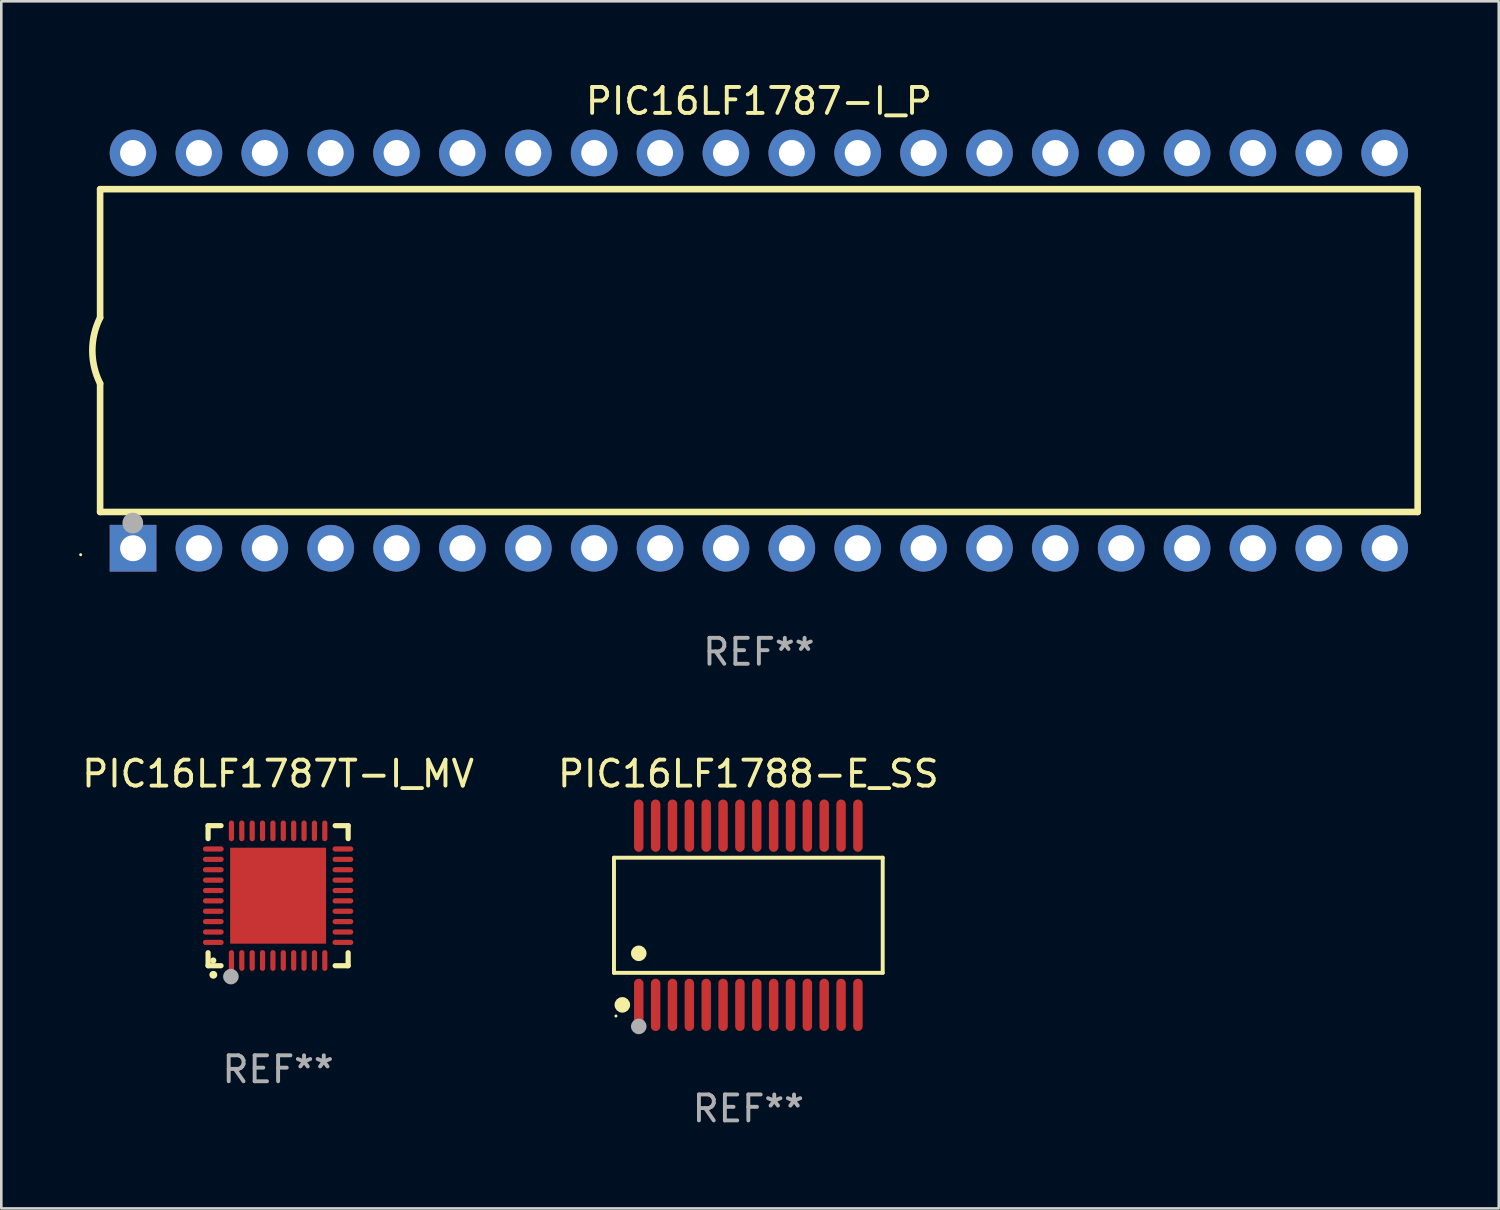
<source format=kicad_pcb>
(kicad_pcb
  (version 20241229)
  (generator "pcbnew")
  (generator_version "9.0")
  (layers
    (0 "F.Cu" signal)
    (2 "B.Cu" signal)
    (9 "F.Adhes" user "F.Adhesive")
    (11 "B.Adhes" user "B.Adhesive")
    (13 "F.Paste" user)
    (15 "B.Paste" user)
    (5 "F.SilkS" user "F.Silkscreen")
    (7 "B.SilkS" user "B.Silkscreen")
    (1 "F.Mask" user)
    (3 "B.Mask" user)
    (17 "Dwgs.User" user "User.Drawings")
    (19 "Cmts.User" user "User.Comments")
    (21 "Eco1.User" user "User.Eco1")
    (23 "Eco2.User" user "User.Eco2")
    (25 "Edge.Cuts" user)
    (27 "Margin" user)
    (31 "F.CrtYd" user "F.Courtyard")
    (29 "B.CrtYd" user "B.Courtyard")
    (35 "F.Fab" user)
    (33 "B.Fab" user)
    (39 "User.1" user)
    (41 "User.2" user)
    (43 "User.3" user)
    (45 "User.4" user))
  (footprint "PIC16LF1787T-I_MV"
    (layer "F.Cu")
    (at 7.673 31.485)
    (property "Reference" "PIC16LF1787T-I_MV" (at 0 -4.7 0) (layer "F.SilkS") (effects (font (size 1 1) (thickness 0.15))))
    (attr through_hole)
    (fp_line (start -2.7 -2.7) (end -2.7 -2.2) (stroke (width 0.2) (type solid)) (layer "F.SilkS"))
    (fp_line (start -2.7 2.7) (end -2.7 2.2) (stroke (width 0.2) (type solid)) (layer "F.SilkS"))
    (fp_line (start -2.2 -2.7) (end -2.7 -2.7) (stroke (width 0.2) (type solid)) (layer "F.SilkS"))
    (fp_line (start -2.2 2.7) (end -2.7 2.7) (stroke (width 0.2) (type solid)) (layer "F.SilkS"))
    (fp_line (start 2.7 -2.7) (end 2.2 -2.7) (stroke (width 0.2) (type solid)) (layer "F.SilkS"))
    (fp_line (start 2.7 -2.2) (end 2.7 -2.7) (stroke (width 0.2) (type solid)) (layer "F.SilkS"))
    (fp_line (start 2.7 2.2) (end 2.7 2.7) (stroke (width 0.2) (type solid)) (layer "F.SilkS"))
    (fp_line (start 2.7 2.7) (end 2.2 2.7) (stroke (width 0.2) (type solid)) (layer "F.SilkS"))
    (fp_arc (start -2.499365 3.050546) (mid -2.498095 3.050541) (end -2.496825 3.050546) (stroke (width 0.3) (type solid)) (layer "F.SilkS"))
    (fp_circle (center -2.5 2.5) (end -2.44 2.5) (stroke (width 0.12) (type solid)) (fill no) (layer "F.SilkS"))
    (fp_circle (center -1.82 3.12) (end -1.67 3.12) (stroke (width 0.3) (type solid)) (fill no) (layer "F.Fab"))
    (fp_text user "REF**" (at 0 6.7 0) (layer "F.Fab") (effects (font (size 1 1) (thickness 0.15))))
    (pad "1" smd oval (at -1.8 2.499) (size 0.2 0.8) (layers "F.Cu" "F.Mask" "F.Paste"))
    (pad "2" smd oval (at -1.4 2.499) (size 0.2 0.8) (layers "F.Cu" "F.Mask" "F.Paste"))
    (pad "3" smd oval (at -1 2.499) (size 0.2 0.8) (layers "F.Cu" "F.Mask" "F.Paste"))
    (pad "4" smd oval (at -0.6 2.499) (size 0.2 0.8) (layers "F.Cu" "F.Mask" "F.Paste"))
    (pad "5" smd oval (at -0.2 2.499) (size 0.2 0.8) (layers "F.Cu" "F.Mask" "F.Paste"))
    (pad "6" smd oval (at 0.2 2.499) (size 0.2 0.8) (layers "F.Cu" "F.Mask" "F.Paste"))
    (pad "7" smd oval (at 0.6 2.499) (size 0.2 0.8) (layers "F.Cu" "F.Mask" "F.Paste"))
    (pad "8" smd oval (at 1 2.499) (size 0.2 0.8) (layers "F.Cu" "F.Mask" "F.Paste"))
    (pad "9" smd oval (at 1.4 2.499) (size 0.2 0.8) (layers "F.Cu" "F.Mask" "F.Paste"))
    (pad "10" smd oval (at 1.8 2.499) (size 0.2 0.8) (layers "F.Cu" "F.Mask" "F.Paste"))
    (pad "11" smd oval (at 2.499 1.8) (size 0.8 0.2) (layers "F.Cu" "F.Mask" "F.Paste"))
    (pad "12" smd oval (at 2.499 1.4) (size 0.8 0.2) (layers "F.Cu" "F.Mask" "F.Paste"))
    (pad "13" smd oval (at 2.499 1) (size 0.8 0.2) (layers "F.Cu" "F.Mask" "F.Paste"))
    (pad "14" smd oval (at 2.499 0.6) (size 0.8 0.2) (layers "F.Cu" "F.Mask" "F.Paste"))
    (pad "15" smd oval (at 2.499 0.2) (size 0.8 0.2) (layers "F.Cu" "F.Mask" "F.Paste"))
    (pad "16" smd oval (at 2.499 -0.2) (size 0.8 0.2) (layers "F.Cu" "F.Mask" "F.Paste"))
    (pad "17" smd oval (at 2.499 -0.6) (size 0.8 0.2) (layers "F.Cu" "F.Mask" "F.Paste"))
    (pad "18" smd oval (at 2.499 -1) (size 0.8 0.2) (layers "F.Cu" "F.Mask" "F.Paste"))
    (pad "19" smd oval (at 2.499 -1.4) (size 0.8 0.2) (layers "F.Cu" "F.Mask" "F.Paste"))
    (pad "20" smd oval (at 2.499 -1.8) (size 0.8 0.2) (layers "F.Cu" "F.Mask" "F.Paste"))
    (pad "21" smd oval (at 1.8 -2.499) (size 0.2 0.8) (layers "F.Cu" "F.Mask" "F.Paste"))
    (pad "22" smd oval (at 1.4 -2.499) (size 0.2 0.8) (layers "F.Cu" "F.Mask" "F.Paste"))
    (pad "23" smd oval (at 1 -2.499) (size 0.2 0.8) (layers "F.Cu" "F.Mask" "F.Paste"))
    (pad "24" smd oval (at 0.6 -2.499) (size 0.2 0.8) (layers "F.Cu" "F.Mask" "F.Paste"))
    (pad "25" smd oval (at 0.2 -2.499) (size 0.2 0.8) (layers "F.Cu" "F.Mask" "F.Paste"))
    (pad "26" smd oval (at -0.2 -2.499) (size 0.2 0.8) (layers "F.Cu" "F.Mask" "F.Paste"))
    (pad "27" smd oval (at -0.6 -2.499) (size 0.2 0.8) (layers "F.Cu" "F.Mask" "F.Paste"))
    (pad "28" smd oval (at -1 -2.499) (size 0.2 0.8) (layers "F.Cu" "F.Mask" "F.Paste"))
    (pad "29" smd oval (at -1.4 -2.499) (size 0.2 0.8) (layers "F.Cu" "F.Mask" "F.Paste"))
    (pad "30" smd oval (at -1.8 -2.499) (size 0.2 0.8) (layers "F.Cu" "F.Mask" "F.Paste"))
    (pad "31" smd oval (at -2.499 -1.8) (size 0.8 0.2) (layers "F.Cu" "F.Mask" "F.Paste"))
    (pad "32" smd oval (at -2.499 -1.4) (size 0.8 0.2) (layers "F.Cu" "F.Mask" "F.Paste"))
    (pad "33" smd oval (at -2.499 -1) (size 0.8 0.2) (layers "F.Cu" "F.Mask" "F.Paste"))
    (pad "34" smd oval (at -2.499 -0.6) (size 0.8 0.2) (layers "F.Cu" "F.Mask" "F.Paste"))
    (pad "35" smd oval (at -2.499 -0.2) (size 0.8 0.2) (layers "F.Cu" "F.Mask" "F.Paste"))
    (pad "36" smd oval (at -2.499 0.2) (size 0.8 0.2) (layers "F.Cu" "F.Mask" "F.Paste"))
    (pad "37" smd oval (at -2.499 0.6) (size 0.8 0.2) (layers "F.Cu" "F.Mask" "F.Paste"))
    (pad "38" smd oval (at -2.499 1) (size 0.8 0.2) (layers "F.Cu" "F.Mask" "F.Paste"))
    (pad "39" smd oval (at -2.499 1.4) (size 0.8 0.2) (layers "F.Cu" "F.Mask" "F.Paste"))
    (pad "40" smd oval (at -2.499 1.8) (size 0.8 0.2) (layers "F.Cu" "F.Mask" "F.Paste"))
    (pad "41" smd rect (at 0 0) (size 3.7 3.7) (layers "F.Cu" "F.Mask" "F.Paste")))
  (footprint "PIC16LF1787-I_P"
    (layer "F.Cu")
    (at 26.21 10.468)
    (property "Reference" "PIC16LF1787-I_P" (at 0 -9.62 0) (layer "F.SilkS") (effects (font (size 1 1) (thickness 0.15))))
    (attr through_hole)
    (fp_line (start -25.4 -6.224) (end -25.4 -1.271) (stroke (width 0.254) (type solid)) (layer "F.SilkS"))
    (fp_line (start -25.4 -6.224) (end 25.4 -6.224) (stroke (width 0.254) (type solid)) (layer "F.SilkS"))
    (fp_line (start -25.4 1.269) (end -25.4 6.222) (stroke (width 0.254) (type solid)) (layer "F.SilkS"))
    (fp_line (start -25.4 6.222) (end 25.4 6.222) (stroke (width 0.254) (type solid)) (layer "F.SilkS"))
    (fp_line (start 25.4 6.222) (end 25.4 -6.224) (stroke (width 0.254) (type solid)) (layer "F.SilkS"))
    (fp_arc (start -25.4 1.269241) (mid -25.699807 -0.000762) (end -25.4 -1.270765) (stroke (width 0.254001) (type solid)) (layer "F.SilkS"))
    (fp_circle (center -26.15 7.87) (end -26.12 7.87) (stroke (width 0.06) (type solid)) (fill no) (layer "F.SilkS"))
    (fp_circle (center -24.14 6.65) (end -23.94 6.65) (stroke (width 0.4) (type solid)) (fill no) (layer "F.Fab"))
    (fp_text user "REF**" (at 0 11.62 0) (layer "F.Fab") (effects (font (size 1 1) (thickness 0.15))))
    (pad "1" thru_hole rect (at -24.13 7.62 90) (size 1.8 1.8) (drill 1) (layers "*.Cu" "*.Mask"))
    (pad "2" thru_hole circle (at -21.59 7.62) (size 1.8 1.8) (drill 1) (layers "*.Cu" "*.Mask"))
    (pad "3" thru_hole circle (at -19.05 7.62) (size 1.8 1.8) (drill 1) (layers "*.Cu" "*.Mask"))
    (pad "4" thru_hole circle (at -16.51 7.62) (size 1.8 1.8) (drill 1) (layers "*.Cu" "*.Mask"))
    (pad "5" thru_hole circle (at -13.97 7.62) (size 1.8 1.8) (drill 1) (layers "*.Cu" "*.Mask"))
    (pad "6" thru_hole circle (at -11.43 7.62) (size 1.8 1.8) (drill 1) (layers "*.Cu" "*.Mask"))
    (pad "7" thru_hole circle (at -8.89 7.62) (size 1.8 1.8) (drill 1) (layers "*.Cu" "*.Mask"))
    (pad "8" thru_hole circle (at -6.35 7.62) (size 1.8 1.8) (drill 1) (layers "*.Cu" "*.Mask"))
    (pad "9" thru_hole circle (at -3.81 7.62) (size 1.8 1.8) (drill 1) (layers "*.Cu" "*.Mask"))
    (pad "10" thru_hole circle (at -1.27 7.62) (size 1.8 1.8) (drill 1) (layers "*.Cu" "*.Mask"))
    (pad "11" thru_hole circle (at 1.27 7.62) (size 1.8 1.8) (drill 1) (layers "*.Cu" "*.Mask"))
    (pad "12" thru_hole circle (at 3.81 7.62) (size 1.8 1.8) (drill 1) (layers "*.Cu" "*.Mask"))
    (pad "13" thru_hole circle (at 6.35 7.62) (size 1.8 1.8) (drill 1) (layers "*.Cu" "*.Mask"))
    (pad "14" thru_hole circle (at 8.89 7.62) (size 1.8 1.8) (drill 1) (layers "*.Cu" "*.Mask"))
    (pad "15" thru_hole circle (at 11.43 7.62) (size 1.8 1.8) (drill 1) (layers "*.Cu" "*.Mask"))
    (pad "16" thru_hole circle (at 13.97 7.62) (size 1.8 1.8) (drill 1) (layers "*.Cu" "*.Mask"))
    (pad "17" thru_hole circle (at 16.51 7.62) (size 1.8 1.8) (drill 1) (layers "*.Cu" "*.Mask"))
    (pad "18" thru_hole circle (at 19.05 7.62) (size 1.8 1.8) (drill 1) (layers "*.Cu" "*.Mask"))
    (pad "19" thru_hole circle (at 21.59 7.62) (size 1.8 1.8) (drill 1) (layers "*.Cu" "*.Mask"))
    (pad "20" thru_hole circle (at 24.13 7.62) (size 1.8 1.8) (drill 1) (layers "*.Cu" "*.Mask"))
    (pad "21" thru_hole circle (at 24.13 -7.62) (size 1.8 1.8) (drill 1) (layers "*.Cu" "*.Mask"))
    (pad "22" thru_hole circle (at 21.59 -7.62) (size 1.8 1.8) (drill 1) (layers "*.Cu" "*.Mask"))
    (pad "23" thru_hole circle (at 19.05 -7.62) (size 1.8 1.8) (drill 1) (layers "*.Cu" "*.Mask"))
    (pad "24" thru_hole circle (at 16.51 -7.62) (size 1.8 1.8) (drill 1) (layers "*.Cu" "*.Mask"))
    (pad "25" thru_hole circle (at 13.97 -7.62) (size 1.8 1.8) (drill 1) (layers "*.Cu" "*.Mask"))
    (pad "26" thru_hole circle (at 11.43 -7.62) (size 1.8 1.8) (drill 1) (layers "*.Cu" "*.Mask"))
    (pad "27" thru_hole circle (at 8.89 -7.62) (size 1.8 1.8) (drill 1) (layers "*.Cu" "*.Mask"))
    (pad "28" thru_hole circle (at 6.35 -7.62) (size 1.8 1.8) (drill 1) (layers "*.Cu" "*.Mask"))
    (pad "29" thru_hole circle (at 3.81 -7.62) (size 1.8 1.8) (drill 1) (layers "*.Cu" "*.Mask"))
    (pad "30" thru_hole circle (at 1.27 -7.62) (size 1.8 1.8) (drill 1) (layers "*.Cu" "*.Mask"))
    (pad "31" thru_hole circle (at -1.27 -7.62) (size 1.8 1.8) (drill 1) (layers "*.Cu" "*.Mask"))
    (pad "32" thru_hole circle (at -3.81 -7.62) (size 1.8 1.8) (drill 1) (layers "*.Cu" "*.Mask"))
    (pad "33" thru_hole circle (at -6.35 -7.62) (size 1.8 1.8) (drill 1) (layers "*.Cu" "*.Mask"))
    (pad "34" thru_hole circle (at -8.89 -7.62) (size 1.8 1.8) (drill 1) (layers "*.Cu" "*.Mask"))
    (pad "35" thru_hole circle (at -11.43 -7.62) (size 1.8 1.8) (drill 1) (layers "*.Cu" "*.Mask"))
    (pad "36" thru_hole circle (at -13.97 -7.62) (size 1.8 1.8) (drill 1) (layers "*.Cu" "*.Mask"))
    (pad "37" thru_hole circle (at -16.51 -7.62) (size 1.8 1.8) (drill 1) (layers "*.Cu" "*.Mask"))
    (pad "38" thru_hole circle (at -19.05 -7.62) (size 1.8 1.8) (drill 1) (layers "*.Cu" "*.Mask"))
    (pad "39" thru_hole circle (at -21.59 -7.62) (size 1.8 1.8) (drill 1) (layers "*.Cu" "*.Mask"))
    (pad "40" thru_hole circle (at -24.13 -7.62) (size 1.8 1.8) (drill 1) (layers "*.Cu" "*.Mask")))
  (footprint "PIC16LF1788-E_SS"
    (layer "F.Cu")
    (at 25.804 32.24)
    (property "Reference" "PIC16LF1788-E_SS" (at 0 -5.455 0) (layer "F.SilkS") (effects (font (size 1 1) (thickness 0.15))))
    (attr through_hole)
    (fp_line (start -5.181 -2.219) (end 5.181 -2.219) (stroke (width 0.152) (type solid)) (layer "F.SilkS"))
    (fp_line (start -5.181 2.219) (end -5.181 -2.219) (stroke (width 0.152) (type solid)) (layer "F.SilkS"))
    (fp_line (start 5.181 -2.219) (end 5.181 2.219) (stroke (width 0.152) (type solid)) (layer "F.SilkS"))
    (fp_line (start 5.181 2.219) (end -5.181 2.219) (stroke (width 0.152) (type solid)) (layer "F.SilkS"))
    (fp_circle (center -5.105 3.885) (end -5.075 3.885) (stroke (width 0.06) (type solid)) (fill no) (layer "F.SilkS"))
    (fp_circle (center -4.859 3.455) (end -4.709 3.455) (stroke (width 0.3) (type solid)) (fill no) (layer "F.SilkS"))
    (fp_circle (center -4.225 1.467) (end -4.075 1.467) (stroke (width 0.3) (type solid)) (fill no) (layer "F.SilkS"))
    (fp_circle (center -4.225 4.285) (end -4.075 4.285) (stroke (width 0.3) (type solid)) (fill no) (layer "F.Fab"))
    (fp_text user "REF**" (at 0 7.455 0) (layer "F.Fab") (effects (font (size 1 1) (thickness 0.15))))
    (pad "1" smd oval (at -4.225 3.455) (size 0.364 2.015) (layers "F.Cu" "F.Mask" "F.Paste"))
    (pad "2" smd oval (at -3.575 3.455) (size 0.364 2.015) (layers "F.Cu" "F.Mask" "F.Paste"))
    (pad "3" smd oval (at -2.925 3.455) (size 0.364 2.015) (layers "F.Cu" "F.Mask" "F.Paste"))
    (pad "4" smd oval (at -2.275 3.455) (size 0.364 2.015) (layers "F.Cu" "F.Mask" "F.Paste"))
    (pad "5" smd oval (at -1.625 3.455) (size 0.364 2.015) (layers "F.Cu" "F.Mask" "F.Paste"))
    (pad "6" smd oval (at -0.975 3.455) (size 0.364 2.015) (layers "F.Cu" "F.Mask" "F.Paste"))
    (pad "7" smd oval (at -0.325 3.455) (size 0.364 2.015) (layers "F.Cu" "F.Mask" "F.Paste"))
    (pad "8" smd oval (at 0.325 3.455) (size 0.364 2.015) (layers "F.Cu" "F.Mask" "F.Paste"))
    (pad "9" smd oval (at 0.975 3.455) (size 0.364 2.015) (layers "F.Cu" "F.Mask" "F.Paste"))
    (pad "10" smd oval (at 1.625 3.455) (size 0.364 2.015) (layers "F.Cu" "F.Mask" "F.Paste"))
    (pad "11" smd oval (at 2.275 3.455) (size 0.364 2.015) (layers "F.Cu" "F.Mask" "F.Paste"))
    (pad "12" smd oval (at 2.925 3.455) (size 0.364 2.015) (layers "F.Cu" "F.Mask" "F.Paste"))
    (pad "13" smd oval (at 3.575 3.455) (size 0.364 2.015) (layers "F.Cu" "F.Mask" "F.Paste"))
    (pad "14" smd oval (at 4.225 3.455) (size 0.364 2.015) (layers "F.Cu" "F.Mask" "F.Paste"))
    (pad "15" smd oval (at 4.225 -3.455) (size 0.364 2.015) (layers "F.Cu" "F.Mask" "F.Paste"))
    (pad "16" smd oval (at 3.575 -3.455) (size 0.364 2.015) (layers "F.Cu" "F.Mask" "F.Paste"))
    (pad "17" smd oval (at 2.925 -3.455) (size 0.364 2.015) (layers "F.Cu" "F.Mask" "F.Paste"))
    (pad "18" smd oval (at 2.275 -3.455) (size 0.364 2.015) (layers "F.Cu" "F.Mask" "F.Paste"))
    (pad "19" smd oval (at 1.625 -3.455) (size 0.364 2.015) (layers "F.Cu" "F.Mask" "F.Paste"))
    (pad "20" smd oval (at 0.975 -3.455) (size 0.364 2.015) (layers "F.Cu" "F.Mask" "F.Paste"))
    (pad "21" smd oval (at 0.325 -3.455) (size 0.364 2.015) (layers "F.Cu" "F.Mask" "F.Paste"))
    (pad "22" smd oval (at -0.325 -3.455) (size 0.364 2.015) (layers "F.Cu" "F.Mask" "F.Paste"))
    (pad "23" smd oval (at -0.975 -3.455) (size 0.364 2.015) (layers "F.Cu" "F.Mask" "F.Paste"))
    (pad "24" smd oval (at -1.625 -3.455) (size 0.364 2.015) (layers "F.Cu" "F.Mask" "F.Paste"))
    (pad "25" smd oval (at -2.275 -3.455) (size 0.364 2.015) (layers "F.Cu" "F.Mask" "F.Paste"))
    (pad "26" smd oval (at -2.925 -3.455) (size 0.364 2.015) (layers "F.Cu" "F.Mask" "F.Paste"))
    (pad "27" smd oval (at -3.575 -3.455) (size 0.364 2.015) (layers "F.Cu" "F.Mask" "F.Paste"))
    (pad "28" smd oval (at -4.225 -3.455) (size 0.364 2.015) (layers "F.Cu" "F.Mask" "F.Paste")))
  (gr_rect
    (start -3 -3)
    (end 54.737 43.543)
    (stroke (width 0.1) (type default))
    (fill no)
    (layer "Edge.Cuts")))
</source>
